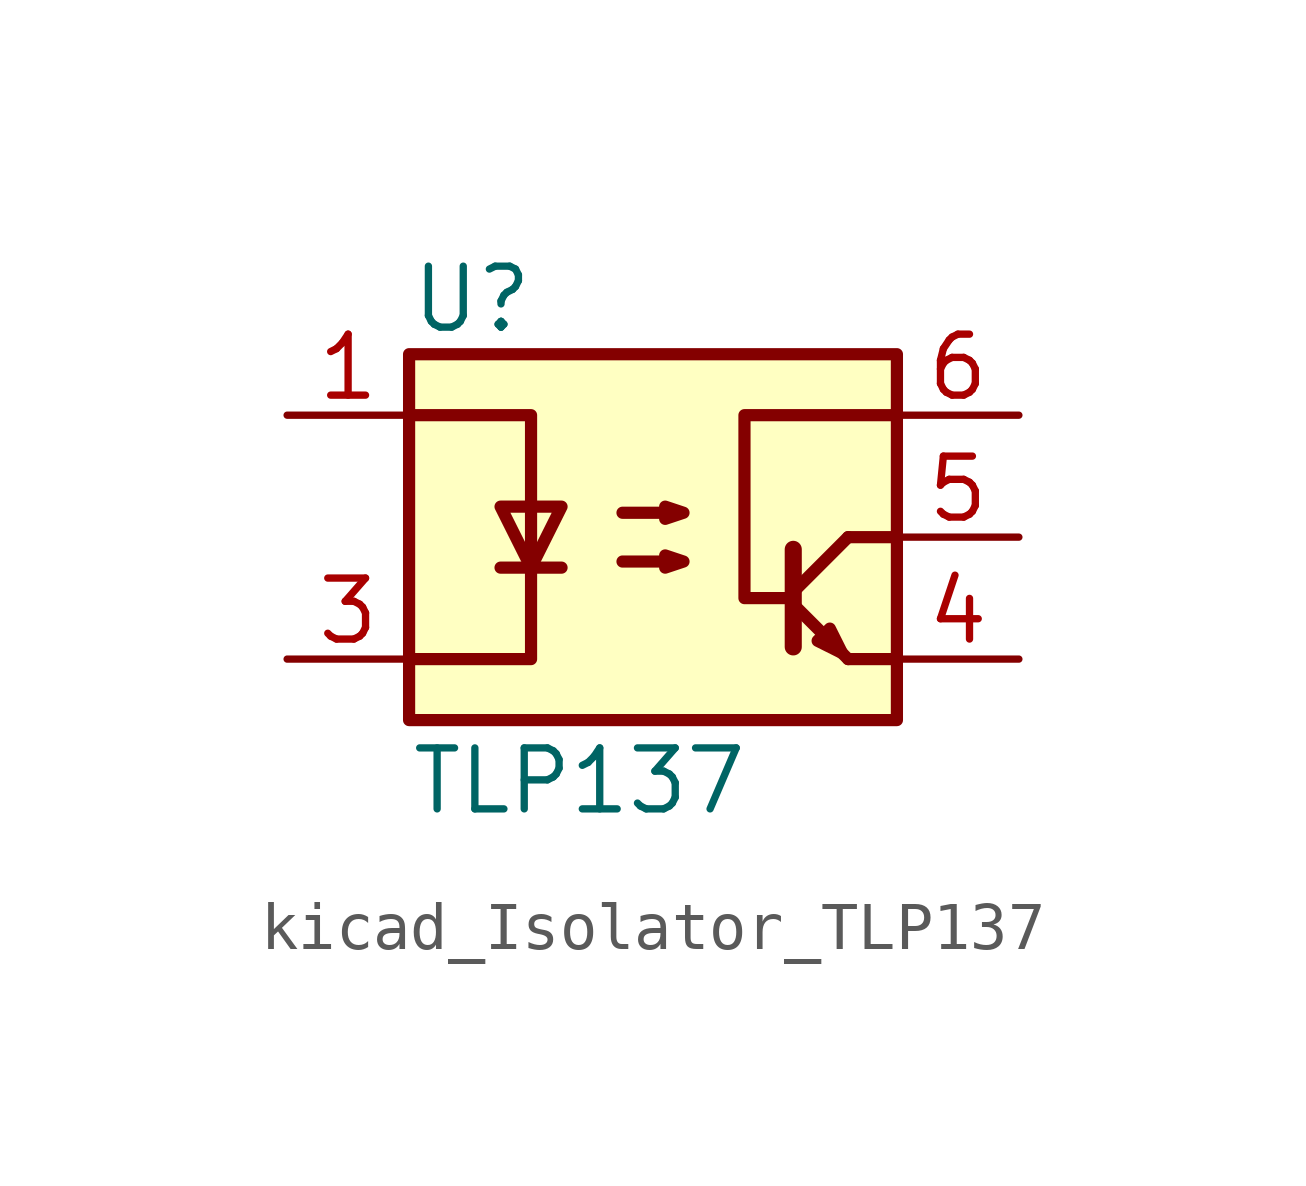
<source format=kicad_sym>
(kicad_symbol_lib
  (version 20220914)
  (generator kicad_symbol_editor)
  (symbol "kicad_Isolator_TLP137"
    (pin_names
      (offset 1.016))
    (property "Reference" "U"
      (at -5.08 4.953 0)
      (effects (font (size 1.27 1.27)) (justify left)))
    (property "Value" "TLP137"
      (at -5.08 -5.08 0)
      (effects (font (size 1.27 1.27)) (justify left)))
    (symbol "kicad_Isolator_TLP137_0_1"
      (rectangle (start -5.08 3.81) (end 5.08 -3.81) (stroke (width 0.254) (type default)) (fill (type background)))
      (polyline (pts (xy -3.175 -0.635) (xy -1.905 -0.635)) (stroke (width 0.254) (type default)) (fill (type none)))
      (polyline (pts (xy 2.921 -1.397) (xy 4.064 -2.54)) (stroke (width 0.254) (type default)) (fill (type none)))
      (polyline (pts (xy 2.921 -1.143) (xy 4.064 0)) (stroke (width 0.254) (type default)) (fill (type none)))
      (polyline (pts (xy 4.064 -2.54) (xy 5.08 -2.54)) (stroke (width 0.254) (type default)) (fill (type none)))
      (polyline (pts (xy 5.08 0) (xy 4.064 0)) (stroke (width 0.254) (type default)) (fill (type none)))
      (polyline (pts (xy 2.921 -0.254) (xy 2.921 -2.286) (xy 2.921 -2.286)) (stroke (width 0.356) (type default)) (fill (type none)))
      (polyline (pts (xy -5.08 -2.54) (xy -2.54 -2.54) (xy -2.54 2.54) (xy -5.08 2.54)) (stroke (width 0.254) (type default)) (fill (type none)))
      (polyline (pts (xy -2.54 -0.635) (xy -3.175 0.635) (xy -1.905 0.635) (xy -2.54 -0.635)) (stroke (width 0.254) (type default)) (fill (type none)))
      (polyline (pts (xy 2.921 -1.27) (xy 1.905 -1.27) (xy 1.905 2.54) (xy 5.08 2.54)) (stroke (width 0.254) (type default)) (fill (type none)))
      (polyline (pts (xy 3.937 -2.413) (xy 3.683 -1.905) (xy 3.429 -2.159) (xy 3.937 -2.413)) (stroke (width 0.254) (type default)) (fill (type none)))
      (polyline (pts (xy -0.635 -0.508) (xy 0.635 -0.508) (xy 0.254 -0.635) (xy 0.254 -0.381) (xy 0.635 -0.508)) (stroke (width 0.254) (type default)) (fill (type none)))
      (polyline (pts (xy -0.635 0.508) (xy 0.635 0.508) (xy 0.254 0.381) (xy 0.254 0.635) (xy 0.635 0.508)) (stroke (width 0.254) (type default)) (fill (type none))))
    (symbol "kicad_Isolator_TLP137_1_1"
      (pin passive line (at -7.62 2.54 0) (length 2.54) (name "~" (effects (font (size 1.27 1.27)))) (number "1" (effects (font (size 1.27 1.27)))))
      (pin passive line (at -7.62 -2.54 0) (length 2.54) (name "~" (effects (font (size 1.27 1.27)))) (number "3" (effects (font (size 1.27 1.27)))))
      (pin passive line (at 7.62 -2.54 180) (length 2.54) (name "~" (effects (font (size 1.27 1.27)))) (number "4" (effects (font (size 1.27 1.27)))))
      (pin open_collector line (at 7.62 0 180) (length 2.54) (name "~" (effects (font (size 1.27 1.27)))) (number "5" (effects (font (size 1.27 1.27)))))
      (pin passive line (at 7.62 2.54 180) (length 2.54) (name "~" (effects (font (size 1.27 1.27)))) (number "6" (effects (font (size 1.27 1.27))))))))
</source>
